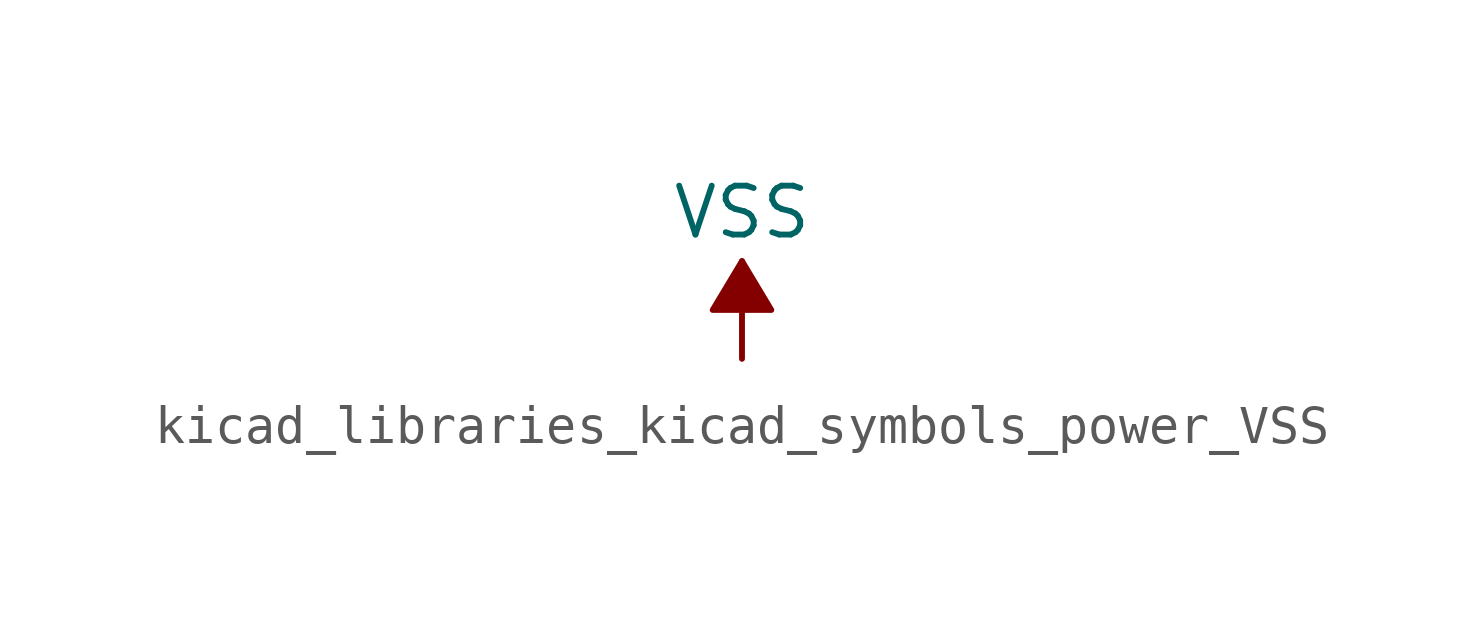
<source format=kicad_sym>
(kicad_symbol_lib
  (version 20220914)
  (generator kicad_symbol_editor)
  (symbol "kicad_libraries_kicad_symbols_power_VSS"
    (power)
    (pin_names
      (offset 0))
    (property "Reference" "#PWR"
      (at 0 -3.81 0)
      (effects (font (size 1.27 1.27)) hide))
    (property "Value" "VSS"
      (at 0 3.81 0)
      (effects (font (size 1.27 1.27))))
    (symbol "kicad_libraries_kicad_symbols_power_VSS_0_1"
      (polyline (pts (xy 0 0) (xy 0 2.54)) (stroke (width 0) (type default)) (fill (type none)))
      (polyline (pts (xy 0.762 1.27) (xy -0.762 1.27) (xy 0 2.54) (xy 0.762 1.27)) (stroke (width 0) (type default)) (fill (type outline))))
    (symbol "kicad_libraries_kicad_symbols_power_VSS_1_1"
      (pin power_in line (at 0 0 90) (length 0) hide (name "VSS" (effects (font (size 1.27 1.27)))) (number "1" (effects (font (size 1.27 1.27))))))))
</source>
